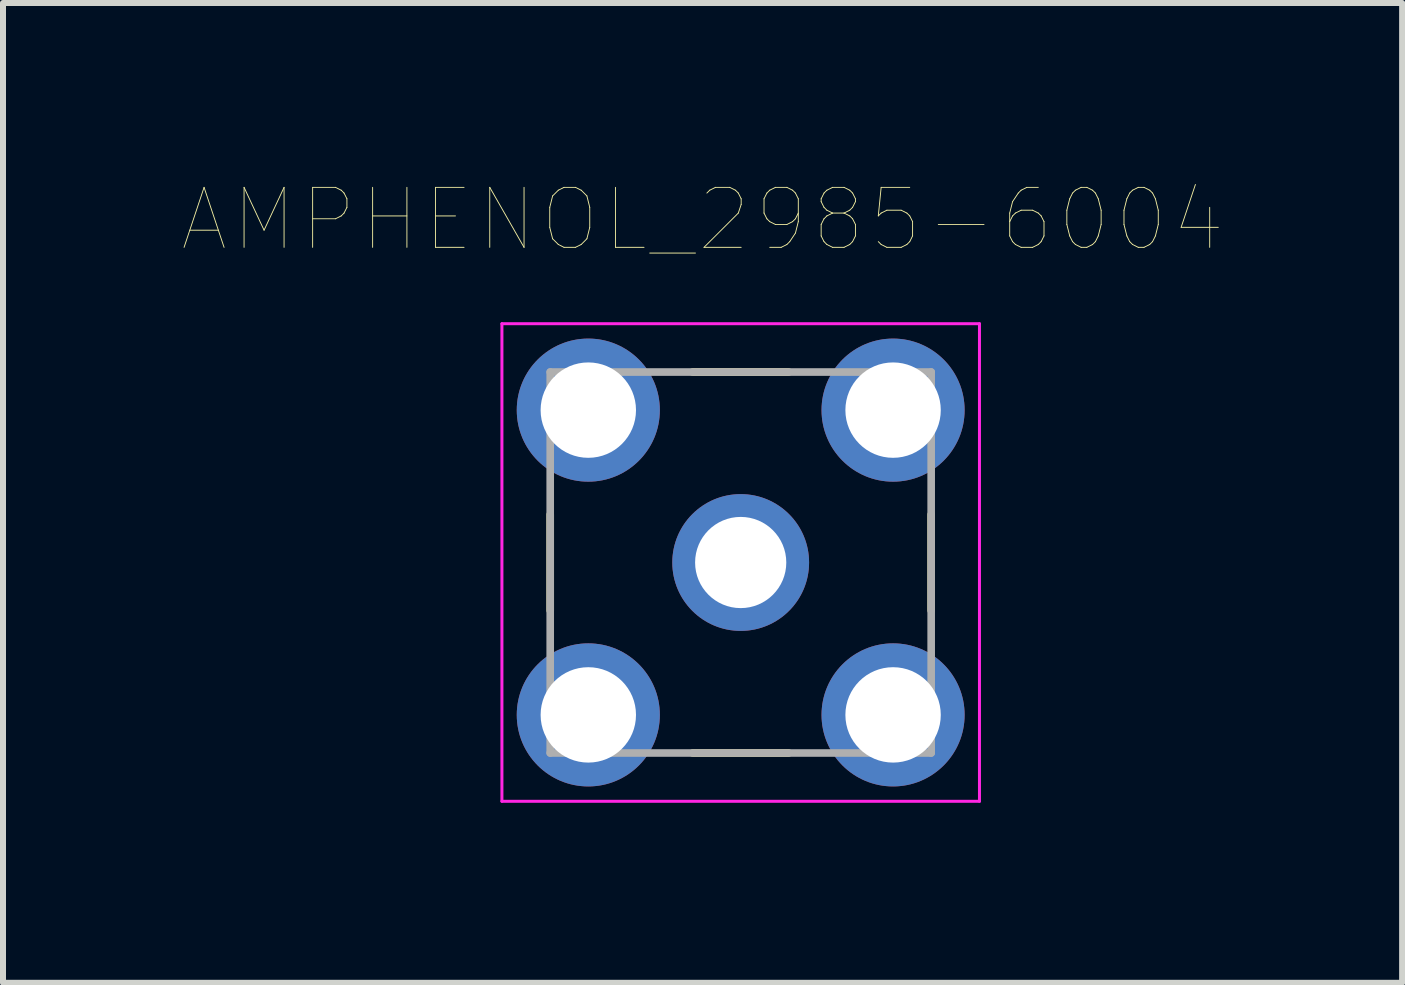
<source format=kicad_pcb>
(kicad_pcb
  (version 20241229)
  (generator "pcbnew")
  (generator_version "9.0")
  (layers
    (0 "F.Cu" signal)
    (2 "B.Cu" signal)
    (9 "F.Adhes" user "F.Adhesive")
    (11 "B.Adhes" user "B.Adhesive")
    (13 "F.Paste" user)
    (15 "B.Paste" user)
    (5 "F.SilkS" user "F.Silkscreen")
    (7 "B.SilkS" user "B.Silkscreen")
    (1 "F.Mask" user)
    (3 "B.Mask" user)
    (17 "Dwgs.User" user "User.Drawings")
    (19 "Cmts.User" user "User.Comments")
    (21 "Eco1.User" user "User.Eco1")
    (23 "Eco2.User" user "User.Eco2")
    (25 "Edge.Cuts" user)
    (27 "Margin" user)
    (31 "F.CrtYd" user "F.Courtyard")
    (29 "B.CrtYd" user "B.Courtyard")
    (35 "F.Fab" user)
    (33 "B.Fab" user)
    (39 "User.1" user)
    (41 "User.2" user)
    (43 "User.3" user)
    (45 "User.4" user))
  (footprint "AMPHENOL_2985-6004"
    (layer "F.Cu")
    (at 9.296 6.326)
    (property "Reference" "AMPHENOL_2985-6004" (at -0.635 -5.715 0) (layer "F.SilkS") (effects (font (size 1 1) (thickness 0.015))))
    (attr through_hole)
    (fp_line (start -3.175 0.8) (end -3.175 -0.8) (stroke (width 0.127) (type solid)) (layer "F.SilkS"))
    (fp_line (start -0.8 -3.175) (end 0.8 -3.175) (stroke (width 0.127) (type solid)) (layer "F.SilkS"))
    (fp_line (start -0.8 3.175) (end 0.8 3.175) (stroke (width 0.127) (type solid)) (layer "F.SilkS"))
    (fp_line (start 3.175 0.8) (end 3.175 -0.8) (stroke (width 0.127) (type solid)) (layer "F.SilkS"))
    (fp_line (start -3.98 -3.98) (end 3.98 -3.98) (stroke (width 0.05) (type solid)) (layer "F.CrtYd"))
    (fp_line (start -3.98 3.98) (end -3.98 -3.98) (stroke (width 0.05) (type solid)) (layer "F.CrtYd"))
    (fp_line (start 3.98 -3.98) (end 3.98 3.98) (stroke (width 0.05) (type solid)) (layer "F.CrtYd"))
    (fp_line (start 3.98 3.98) (end -3.98 3.98) (stroke (width 0.05) (type solid)) (layer "F.CrtYd"))
    (fp_line (start -3.175 -3.175) (end 3.175 -3.175) (stroke (width 0.127) (type solid)) (layer "F.Fab"))
    (fp_line (start -3.175 3.175) (end -3.175 -3.175) (stroke (width 0.127) (type solid)) (layer "F.Fab"))
    (fp_line (start 3.175 -3.175) (end 3.175 3.175) (stroke (width 0.127) (type solid)) (layer "F.Fab"))
    (fp_line (start 3.175 3.175) (end -3.175 3.175) (stroke (width 0.127) (type solid)) (layer "F.Fab"))
    (pad "1" thru_hole circle (at 0 0) (size 2.28 2.28) (drill 1.52) (layers "*.Cu" "*.Mask"))
    (pad "S1" thru_hole circle (at -2.54 -2.54) (size 2.385 2.385) (drill 1.59) (layers "*.Cu" "*.Mask"))
    (pad "S2" thru_hole circle (at 2.54 -2.54) (size 2.385 2.385) (drill 1.59) (layers "*.Cu" "*.Mask"))
    (pad "S3" thru_hole circle (at 2.54 2.54) (size 2.385 2.385) (drill 1.59) (layers "*.Cu" "*.Mask"))
    (pad "S4" thru_hole circle (at -2.54 2.54) (size 2.385 2.385) (drill 1.59) (layers "*.Cu" "*.Mask")))
  (gr_rect
    (start -3 -3)
    (end 20.321 13.331)
    (stroke (width 0.1) (type default))
    (fill no)
    (layer "Edge.Cuts")))
</source>
